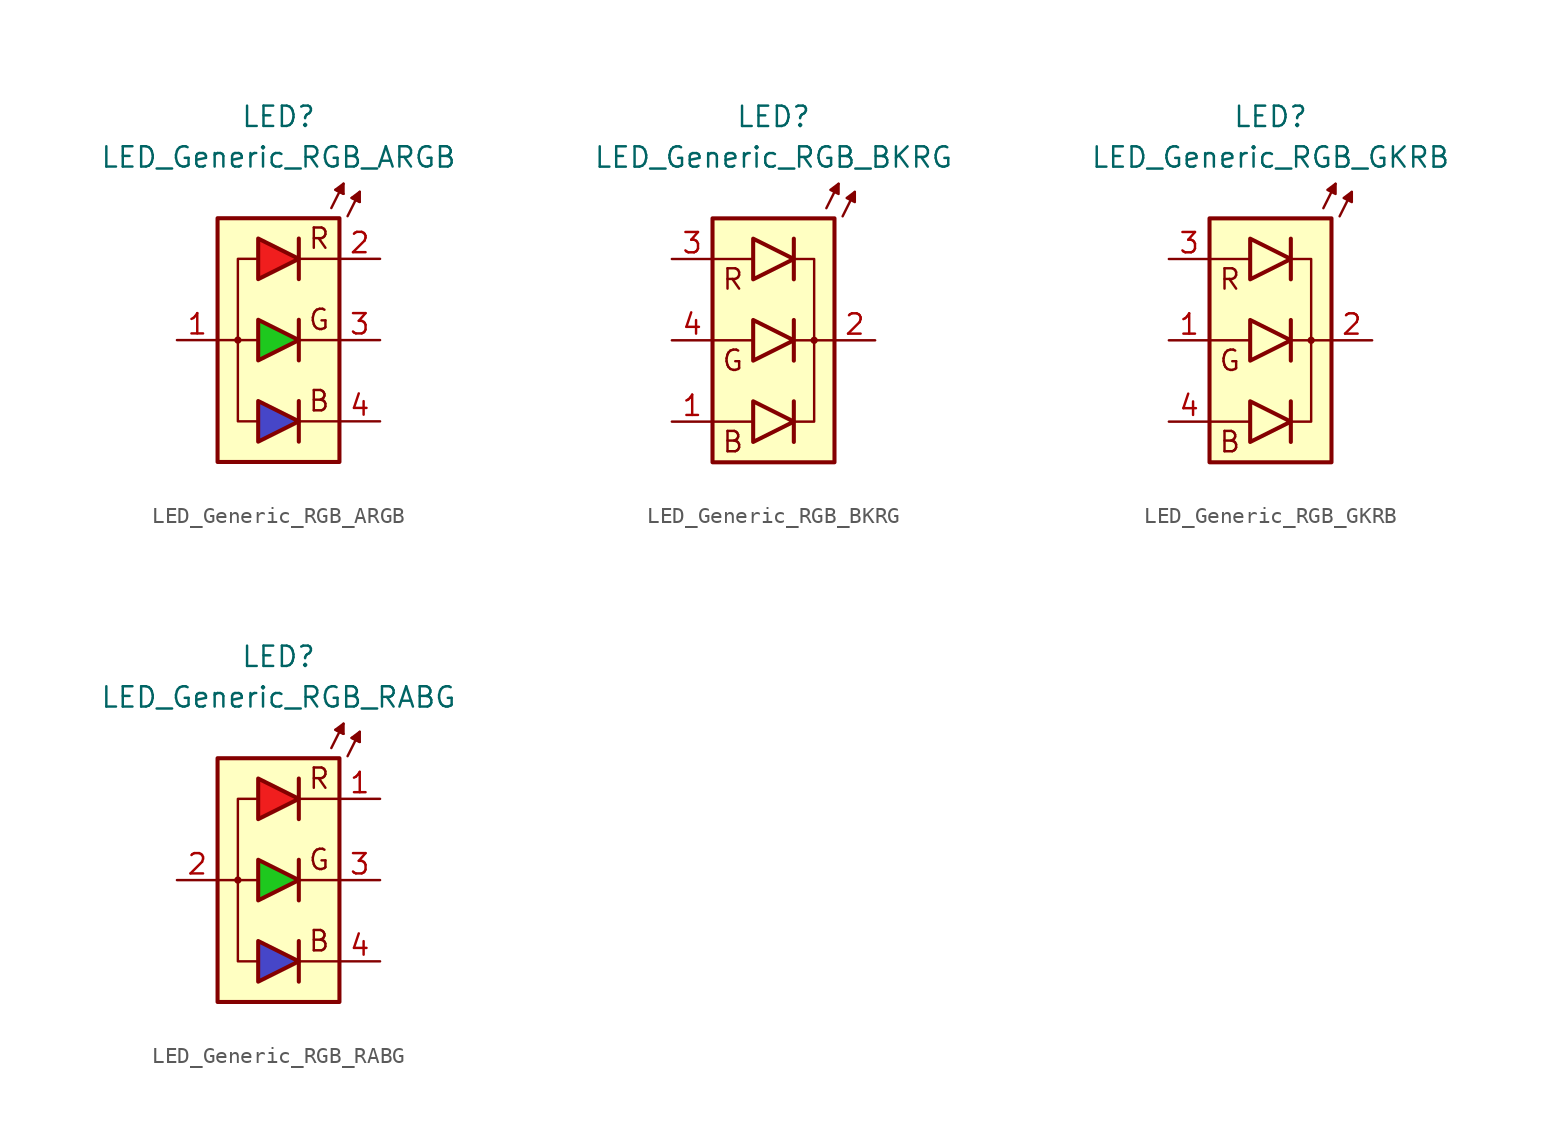
<source format=kicad_sym>
(kicad_symbol_lib
  (version 20231120)
  (generator "kicad_symbol_editor")
  (generator_version "8.0")
  (symbol "LED_Generic_RGB_ARGB"
    (pin_names
      (offset 1.016) hide)
    (property "Reference" "LED"
      (at 0 13.97 0)
      (effects (font (size 1.27 1.27))))
    (property "Value" "LED_Generic_RGB_ARGB"
      (at 0 11.43 0)
      (effects (font (size 1.27 1.27))))
    (symbol "LED_Generic_RGB_ARGB_0_0"
      (polyline (pts (xy -1.397 0) (xy -3.81 0)) (stroke (width 0.152) (type default)) (fill (type none)))
      (polyline (pts (xy 3.81 -5.08) (xy 1.27 -5.08)) (stroke (width 0.152) (type default)) (fill (type none)))
      (polyline (pts (xy 3.81 0) (xy 1.27 0)) (stroke (width 0.152) (type default)) (fill (type none)))
      (polyline (pts (xy 3.81 5.08) (xy 1.27 5.08)) (stroke (width 0.152) (type default)) (fill (type none)))
      (polyline (pts (xy -1.397 5.08) (xy -2.54 5.08) (xy -2.54 -5.08) (xy -1.397 -5.08)) (stroke (width 0.152) (type default)) (fill (type none)))
      (text "B" (at 2.54 -3.81 0) (effects (font (size 1.27 1.27))))
      (text "G" (at 2.54 1.27 0) (effects (font (size 1.27 1.27))))
      (text "R" (at 2.54 6.35 0) (effects (font (size 1.27 1.27)))))
    (symbol "LED_Generic_RGB_ARGB_0_1"
      (rectangle (start -3.81 7.62) (end 3.81 -7.62) (stroke (width 0.254) (type default)) (fill (type background)))
      (circle (center -2.54 0) (radius 0.152) (stroke (width 0.152) (type default)) (fill (type none)))
      (polyline (pts (xy 1.27 -3.81) (xy 1.27 -6.35)) (stroke (width 0.254) (type default)) (fill (type none)))
      (polyline (pts (xy 1.27 1.27) (xy 1.27 -1.27)) (stroke (width 0.254) (type default)) (fill (type none)))
      (polyline (pts (xy 1.27 6.35) (xy 1.27 3.81)) (stroke (width 0.254) (type default)) (fill (type none)))
      (polyline (pts (xy 3.302 8.255) (xy 4.064 9.779)) (stroke (width 0.152) (type default)) (fill (type none)))
      (polyline (pts (xy 3.81 9.271) (xy 3.556 9.398)) (stroke (width 0.152) (type default)) (fill (type none)))
      (polyline (pts (xy 3.81 9.271) (xy 4.064 9.144)) (stroke (width 0.152) (type default)) (fill (type none)))
      (polyline (pts (xy 4.318 7.747) (xy 5.08 9.271)) (stroke (width 0.152) (type default)) (fill (type none)))
      (polyline (pts (xy 4.826 8.763) (xy 4.572 8.89)) (stroke (width 0.152) (type default)) (fill (type none)))
      (polyline (pts (xy 4.826 8.763) (xy 5.08 8.636)) (stroke (width 0.152) (type default)) (fill (type none)))
      (polyline (pts (xy -1.27 -3.81) (xy -1.27 -6.35) (xy 1.27 -5.08) (xy -1.27 -3.81)) (stroke (width 0.254) (type default)) (fill (type color) (color 70 70 200 1)))
      (polyline (pts (xy -1.27 1.27) (xy -1.27 -1.27) (xy 1.27 0) (xy -1.27 1.27)) (stroke (width 0.254) (type default)) (fill (type color) (color 30 200 30 1)))
      (polyline (pts (xy -1.27 6.35) (xy -1.27 3.81) (xy 1.27 5.08) (xy -1.27 6.35)) (stroke (width 0.254) (type default)) (fill (type color) (color 240 30 30 1)))
      (polyline (pts (xy 4.064 9.144) (xy 3.556 9.398) (xy 4.064 9.779) (xy 4.064 9.144)) (stroke (width 0.152) (type default)) (fill (type outline)))
      (polyline (pts (xy 5.08 8.636) (xy 4.572 8.89) (xy 5.08 9.271) (xy 5.08 8.636)) (stroke (width 0.152) (type default)) (fill (type outline))))
    (symbol "LED_Generic_RGB_ARGB_1_1"
      (pin passive line (at -6.35 0 0) (length 2.54) (name "A" (effects (font (size 1.27 1.27)))) (number "1" (effects (font (size 1.27 1.27)))))
      (pin passive line (at 6.35 5.08 180) (length 2.54) (name "R" (effects (font (size 1.27 1.27)))) (number "2" (effects (font (size 1.27 1.27)))))
      (pin passive line (at 6.35 0 180) (length 2.54) (name "G" (effects (font (size 1.27 1.27)))) (number "3" (effects (font (size 1.27 1.27)))))
      (pin passive line (at 6.35 -5.08 180) (length 2.54) (name "B" (effects (font (size 1.27 1.27)))) (number "4" (effects (font (size 1.27 1.27)))))))
  (symbol "LED_Generic_RGB_BKRG"
    (pin_names
      (offset 1.016) hide)
    (property "Reference" "LED"
      (at 0 13.97 0)
      (effects (font (size 1.27 1.27))))
    (property "Value" "LED_Generic_RGB_BKRG"
      (at 0 11.43 0)
      (effects (font (size 1.27 1.27))))
    (symbol "LED_Generic_RGB_BKRG_0_0"
      (polyline (pts (xy -3.81 -5.08) (xy -1.27 -5.08)) (stroke (width 0.152) (type default)) (fill (type none)))
      (polyline (pts (xy -3.81 0) (xy -1.27 0)) (stroke (width 0.152) (type default)) (fill (type none)))
      (polyline (pts (xy -3.81 5.08) (xy -1.27 5.08)) (stroke (width 0.152) (type default)) (fill (type none)))
      (polyline (pts (xy 1.397 0) (xy 3.81 0)) (stroke (width 0.152) (type default)) (fill (type none)))
      (polyline (pts (xy 1.397 -5.08) (xy 2.54 -5.08) (xy 2.54 5.08) (xy 1.397 5.08)) (stroke (width 0.152) (type default)) (fill (type none)))
      (text "B" (at -2.54 -6.35 0) (effects (font (size 1.27 1.27))))
      (text "G" (at -2.54 -1.27 0) (effects (font (size 1.27 1.27))))
      (text "R" (at -2.54 3.81 0) (effects (font (size 1.27 1.27)))))
    (symbol "LED_Generic_RGB_BKRG_0_1"
      (polyline (pts (xy 1.27 -3.81) (xy 1.27 -6.35)) (stroke (width 0.254) (type default)) (fill (type none)))
      (polyline (pts (xy 1.27 1.27) (xy 1.27 -1.27)) (stroke (width 0.254) (type default)) (fill (type none)))
      (polyline (pts (xy 1.27 6.35) (xy 1.27 3.81)) (stroke (width 0.254) (type default)) (fill (type none)))
      (polyline (pts (xy 3.302 8.255) (xy 4.064 9.779)) (stroke (width 0.152) (type default)) (fill (type none)))
      (polyline (pts (xy 4.318 7.747) (xy 5.08 9.271)) (stroke (width 0.152) (type default)) (fill (type none)))
      (polyline (pts (xy -1.27 -3.81) (xy -1.27 -6.35) (xy 1.27 -5.08) (xy -1.27 -3.81)) (stroke (width 0.254) (type default)) (fill (type color) (color 70 70 200 1)))
      (polyline (pts (xy -1.27 1.27) (xy -1.27 -1.27) (xy 1.27 0) (xy -1.27 1.27)) (stroke (width 0.254) (type default)) (fill (type color) (color 30 200 30 1)))
      (polyline (pts (xy -1.27 6.35) (xy -1.27 3.81) (xy 1.27 5.08) (xy -1.27 6.35)) (stroke (width 0.254) (type default)) (fill (type color) (color 240 30 30 1)))
      (polyline (pts (xy 4.064 9.144) (xy 3.556 9.398) (xy 4.064 9.779) (xy 4.064 9.144)) (stroke (width 0.152) (type default)) (fill (type outline)))
      (polyline (pts (xy 5.08 8.636) (xy 4.572 8.89) (xy 5.08 9.271) (xy 5.08 8.636)) (stroke (width 0.152) (type default)) (fill (type outline)))
      (circle (center 2.54 0) (radius 0.152) (stroke (width 0.152) (type default)) (fill (type none)))
      (rectangle (start 3.81 -7.62) (end -3.81 7.62) (stroke (width 0.254) (type default)) (fill (type background))))
    (symbol "LED_Generic_RGB_BKRG_1_1"
      (pin passive line (at -6.35 -5.08 0) (length 2.54) (name "B" (effects (font (size 1.27 1.27)))) (number "1" (effects (font (size 1.27 1.27)))))
      (pin passive line (at 6.35 0 180) (length 2.54) (name "A" (effects (font (size 1.27 1.27)))) (number "2" (effects (font (size 1.27 1.27)))))
      (pin passive line (at -6.35 5.08 0) (length 2.54) (name "R" (effects (font (size 1.27 1.27)))) (number "3" (effects (font (size 1.27 1.27)))))
      (pin passive line (at -6.35 0 0) (length 2.54) (name "G" (effects (font (size 1.27 1.27)))) (number "4" (effects (font (size 1.27 1.27)))))))
  (symbol "LED_Generic_RGB_GKRB"
    (pin_names
      (offset 1.016) hide)
    (property "Reference" "LED"
      (at 0 13.97 0)
      (effects (font (size 1.27 1.27))))
    (property "Value" "LED_Generic_RGB_GKRB"
      (at 0 11.43 0)
      (effects (font (size 1.27 1.27))))
    (symbol "LED_Generic_RGB_GKRB_0_0"
      (polyline (pts (xy -3.81 -5.08) (xy -1.27 -5.08)) (stroke (width 0.152) (type default)) (fill (type none)))
      (polyline (pts (xy -3.81 0) (xy -1.27 0)) (stroke (width 0.152) (type default)) (fill (type none)))
      (polyline (pts (xy -3.81 5.08) (xy -1.27 5.08)) (stroke (width 0.152) (type default)) (fill (type none)))
      (polyline (pts (xy 1.397 0) (xy 3.81 0)) (stroke (width 0.152) (type default)) (fill (type none)))
      (polyline (pts (xy 1.397 -5.08) (xy 2.54 -5.08) (xy 2.54 5.08) (xy 1.397 5.08)) (stroke (width 0.152) (type default)) (fill (type none)))
      (text "B" (at -2.54 -6.35 0) (effects (font (size 1.27 1.27))))
      (text "G" (at -2.54 -1.27 0) (effects (font (size 1.27 1.27))))
      (text "R" (at -2.54 3.81 0) (effects (font (size 1.27 1.27)))))
    (symbol "LED_Generic_RGB_GKRB_0_1"
      (polyline (pts (xy 1.27 -3.81) (xy 1.27 -6.35)) (stroke (width 0.254) (type default)) (fill (type none)))
      (polyline (pts (xy 1.27 1.27) (xy 1.27 -1.27)) (stroke (width 0.254) (type default)) (fill (type none)))
      (polyline (pts (xy 1.27 6.35) (xy 1.27 3.81)) (stroke (width 0.254) (type default)) (fill (type none)))
      (polyline (pts (xy 3.302 8.255) (xy 4.064 9.779)) (stroke (width 0.152) (type default)) (fill (type none)))
      (polyline (pts (xy 4.318 7.747) (xy 5.08 9.271)) (stroke (width 0.152) (type default)) (fill (type none)))
      (polyline (pts (xy -1.27 -3.81) (xy -1.27 -6.35) (xy 1.27 -5.08) (xy -1.27 -3.81)) (stroke (width 0.254) (type default)) (fill (type color) (color 70 70 200 1)))
      (polyline (pts (xy -1.27 1.27) (xy -1.27 -1.27) (xy 1.27 0) (xy -1.27 1.27)) (stroke (width 0.254) (type default)) (fill (type color) (color 30 200 30 1)))
      (polyline (pts (xy -1.27 6.35) (xy -1.27 3.81) (xy 1.27 5.08) (xy -1.27 6.35)) (stroke (width 0.254) (type default)) (fill (type color) (color 240 30 30 1)))
      (polyline (pts (xy 4.064 9.144) (xy 3.556 9.398) (xy 4.064 9.779) (xy 4.064 9.144)) (stroke (width 0.152) (type default)) (fill (type outline)))
      (polyline (pts (xy 5.08 8.636) (xy 4.572 8.89) (xy 5.08 9.271) (xy 5.08 8.636)) (stroke (width 0.152) (type default)) (fill (type outline)))
      (circle (center 2.54 0) (radius 0.152) (stroke (width 0.152) (type default)) (fill (type none)))
      (rectangle (start 3.81 -7.62) (end -3.81 7.62) (stroke (width 0.254) (type default)) (fill (type background))))
    (symbol "LED_Generic_RGB_GKRB_1_1"
      (pin passive line (at -6.35 0 0) (length 2.54) (name "G" (effects (font (size 1.27 1.27)))) (number "1" (effects (font (size 1.27 1.27)))))
      (pin passive line (at 6.35 0 180) (length 2.54) (name "A" (effects (font (size 1.27 1.27)))) (number "2" (effects (font (size 1.27 1.27)))))
      (pin passive line (at -6.35 5.08 0) (length 2.54) (name "R" (effects (font (size 1.27 1.27)))) (number "3" (effects (font (size 1.27 1.27)))))
      (pin passive line (at -6.35 -5.08 0) (length 2.54) (name "B" (effects (font (size 1.27 1.27)))) (number "4" (effects (font (size 1.27 1.27)))))))
  (symbol "LED_Generic_RGB_RABG"
    (pin_names
      (offset 1.016) hide)
    (property "Reference" "LED"
      (at 0 13.97 0)
      (effects (font (size 1.27 1.27))))
    (property "Value" "LED_Generic_RGB_RABG"
      (at 0 11.43 0)
      (effects (font (size 1.27 1.27))))
    (symbol "LED_Generic_RGB_RABG_0_0"
      (polyline (pts (xy -1.397 0) (xy -3.81 0)) (stroke (width 0.152) (type default)) (fill (type none)))
      (polyline (pts (xy 3.81 -5.08) (xy 1.27 -5.08)) (stroke (width 0.152) (type default)) (fill (type none)))
      (polyline (pts (xy 3.81 0) (xy 1.27 0)) (stroke (width 0.152) (type default)) (fill (type none)))
      (polyline (pts (xy 3.81 5.08) (xy 1.27 5.08)) (stroke (width 0.152) (type default)) (fill (type none)))
      (polyline (pts (xy -1.397 5.08) (xy -2.54 5.08) (xy -2.54 -5.08) (xy -1.397 -5.08)) (stroke (width 0.152) (type default)) (fill (type none)))
      (text "B" (at 2.54 -3.81 0) (effects (font (size 1.27 1.27))))
      (text "G" (at 2.54 1.27 0) (effects (font (size 1.27 1.27))))
      (text "R" (at 2.54 6.35 0) (effects (font (size 1.27 1.27)))))
    (symbol "LED_Generic_RGB_RABG_0_1"
      (rectangle (start -3.81 7.62) (end 3.81 -7.62) (stroke (width 0.254) (type default)) (fill (type background)))
      (circle (center -2.54 0) (radius 0.152) (stroke (width 0.152) (type default)) (fill (type none)))
      (polyline (pts (xy 1.27 -3.81) (xy 1.27 -6.35)) (stroke (width 0.254) (type default)) (fill (type none)))
      (polyline (pts (xy 1.27 1.27) (xy 1.27 -1.27)) (stroke (width 0.254) (type default)) (fill (type none)))
      (polyline (pts (xy 1.27 6.35) (xy 1.27 3.81)) (stroke (width 0.254) (type default)) (fill (type none)))
      (polyline (pts (xy 3.302 8.255) (xy 4.064 9.779)) (stroke (width 0.152) (type default)) (fill (type none)))
      (polyline (pts (xy 3.81 9.271) (xy 3.556 9.398)) (stroke (width 0.152) (type default)) (fill (type none)))
      (polyline (pts (xy 3.81 9.271) (xy 4.064 9.144)) (stroke (width 0.152) (type default)) (fill (type none)))
      (polyline (pts (xy 4.318 7.747) (xy 5.08 9.271)) (stroke (width 0.152) (type default)) (fill (type none)))
      (polyline (pts (xy 4.826 8.763) (xy 4.572 8.89)) (stroke (width 0.152) (type default)) (fill (type none)))
      (polyline (pts (xy 4.826 8.763) (xy 5.08 8.636)) (stroke (width 0.152) (type default)) (fill (type none)))
      (polyline (pts (xy -1.27 -3.81) (xy -1.27 -6.35) (xy 1.27 -5.08) (xy -1.27 -3.81)) (stroke (width 0.254) (type default)) (fill (type color) (color 70 70 200 1)))
      (polyline (pts (xy -1.27 1.27) (xy -1.27 -1.27) (xy 1.27 0) (xy -1.27 1.27)) (stroke (width 0.254) (type default)) (fill (type color) (color 30 200 30 1)))
      (polyline (pts (xy -1.27 6.35) (xy -1.27 3.81) (xy 1.27 5.08) (xy -1.27 6.35)) (stroke (width 0.254) (type default)) (fill (type color) (color 240 30 30 1)))
      (polyline (pts (xy 4.064 9.144) (xy 3.556 9.398) (xy 4.064 9.779) (xy 4.064 9.144)) (stroke (width 0.152) (type default)) (fill (type outline)))
      (polyline (pts (xy 5.08 8.636) (xy 4.572 8.89) (xy 5.08 9.271) (xy 5.08 8.636)) (stroke (width 0.152) (type default)) (fill (type outline))))
    (symbol "LED_Generic_RGB_RABG_1_1"
      (pin passive line (at 6.35 5.08 180) (length 2.54) (name "R" (effects (font (size 1.27 1.27)))) (number "1" (effects (font (size 1.27 1.27)))))
      (pin passive line (at -6.35 0 0) (length 2.54) (name "A" (effects (font (size 1.27 1.27)))) (number "2" (effects (font (size 1.27 1.27)))))
      (pin passive line (at 6.35 0 180) (length 2.54) (name "G" (effects (font (size 1.27 1.27)))) (number "3" (effects (font (size 1.27 1.27)))))
      (pin passive line (at 6.35 -5.08 180) (length 2.54) (name "B" (effects (font (size 1.27 1.27)))) (number "4" (effects (font (size 1.27 1.27))))))))
</source>
